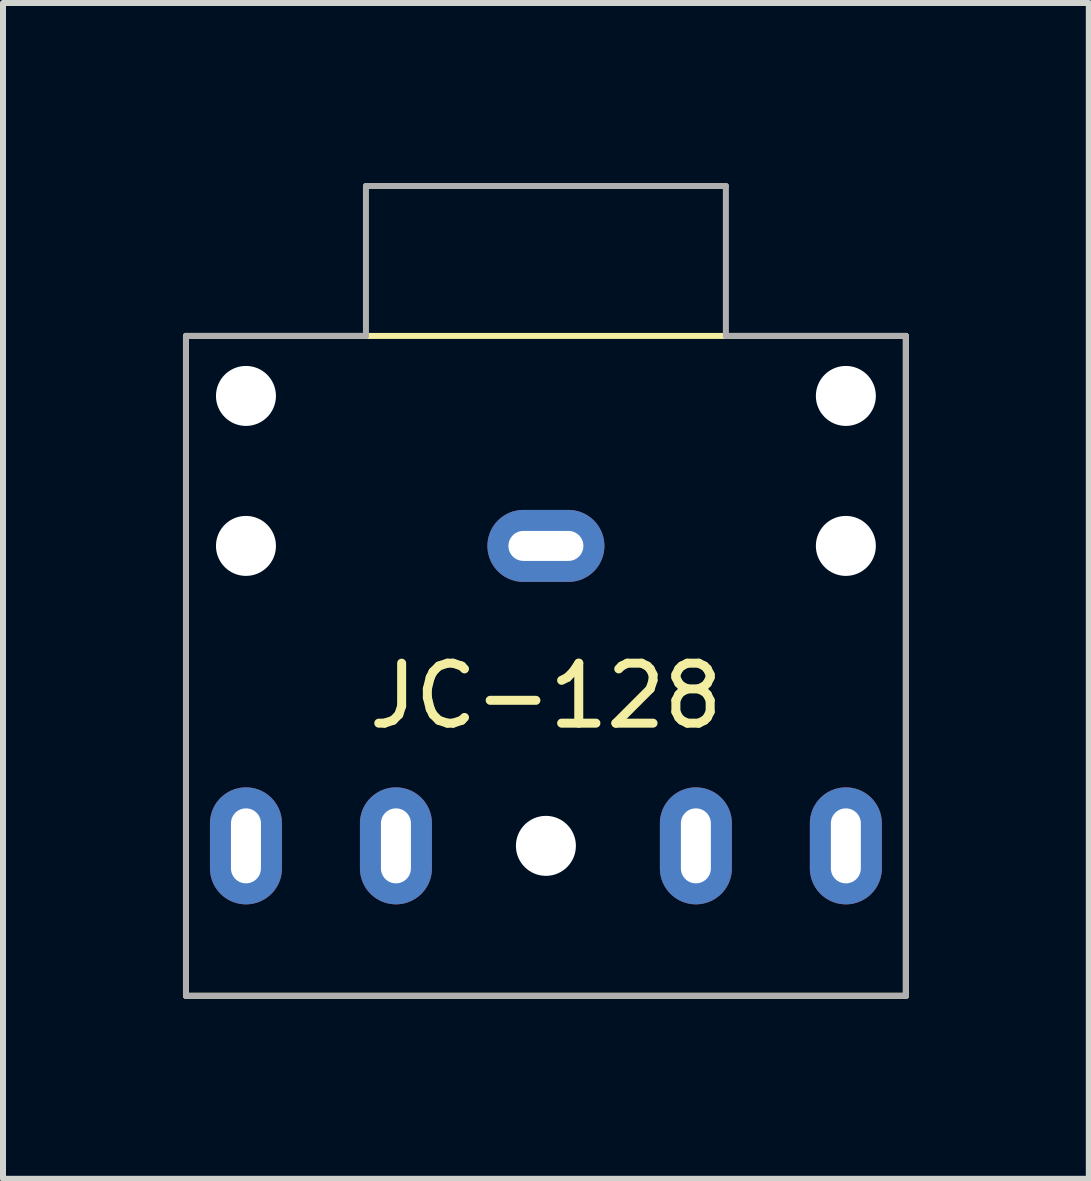
<source format=kicad_pcb>
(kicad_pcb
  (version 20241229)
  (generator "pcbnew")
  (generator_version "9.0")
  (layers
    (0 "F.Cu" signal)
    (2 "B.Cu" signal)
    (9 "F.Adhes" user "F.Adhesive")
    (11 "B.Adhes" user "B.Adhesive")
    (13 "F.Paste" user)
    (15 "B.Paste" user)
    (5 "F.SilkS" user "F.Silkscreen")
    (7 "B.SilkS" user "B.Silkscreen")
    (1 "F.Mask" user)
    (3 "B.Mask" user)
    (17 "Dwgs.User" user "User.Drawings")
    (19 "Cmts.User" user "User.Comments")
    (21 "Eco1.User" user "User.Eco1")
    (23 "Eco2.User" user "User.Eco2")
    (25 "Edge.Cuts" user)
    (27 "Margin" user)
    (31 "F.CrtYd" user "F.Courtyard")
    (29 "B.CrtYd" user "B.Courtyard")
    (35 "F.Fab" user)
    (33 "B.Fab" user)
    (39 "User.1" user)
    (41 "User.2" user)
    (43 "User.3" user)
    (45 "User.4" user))
  (footprint "JC-128"
    (layer "F.Cu")
    (at 6.05 6.05)
    (property "Reference" "JC-128" (at 0 2.5 0) (layer "F.SilkS") (effects (font (size 1 1) (thickness 0.15))))
    (attr through_hole)
    (fp_line (start -6 -3.5) (end -6 7.5) (stroke (width 0.1) (type solid)) (layer "F.SilkS"))
    (fp_line (start -6 7.5) (end 6 7.5) (stroke (width 0.1) (type solid)) (layer "F.SilkS"))
    (fp_line (start 6 -3.5) (end -6 -3.5) (stroke (width 0.1) (type solid)) (layer "F.SilkS"))
    (fp_line (start 6 7.5) (end 6 -3.5) (stroke (width 0.1) (type solid)) (layer "F.SilkS"))
    (fp_line (start -6 -3.5) (end -6 7.5) (stroke (width 0.1) (type solid)) (layer "F.Fab"))
    (fp_line (start -3 -6) (end -3 -3.5) (stroke (width 0.1) (type solid)) (layer "F.Fab"))
    (fp_line (start -3 -3.5) (end -6 -3.5) (stroke (width 0.1) (type solid)) (layer "F.Fab"))
    (fp_line (start 3 -6) (end -3 -6) (stroke (width 0.1) (type solid)) (layer "F.Fab"))
    (fp_line (start 3 -6) (end 3 -3.5) (stroke (width 0.1) (type solid)) (layer "F.Fab"))
    (fp_line (start 3 -3.5) (end 6 -3.5) (stroke (width 0.1) (type solid)) (layer "F.Fab"))
    (fp_line (start 6 -3.5) (end 6 7.5) (stroke (width 0.1) (type solid)) (layer "F.Fab"))
    (fp_line (start 6 7.5) (end -6 7.5) (stroke (width 0.1) (type solid)) (layer "F.Fab"))
    (pad "" np_thru_hole circle (at -5 -2.5) (size 1 1) (drill 1) (layers "*.Cu"))
    (pad "" np_thru_hole circle (at -5 0) (size 1 1) (drill 1) (layers "*.Cu"))
    (pad "" np_thru_hole circle (at 0 5) (size 1 1) (drill 1) (layers "*.Cu"))
    (pad "" np_thru_hole circle (at 5 -2.5) (size 1 1) (drill 1) (layers "*.Cu"))
    (pad "" np_thru_hole circle (at 5 0) (size 1 1) (drill 1) (layers "*.Cu"))
    (pad "1" thru_hole oval (at 0 0) (size 1.95 1.2) (drill oval 1.25 0.5) (layers "*.Cu" "*.Mask"))
    (pad "2" thru_hole oval (at -5 5) (size 1.2 1.95) (drill oval 0.5 1.25) (layers "*.Cu" "*.Mask"))
    (pad "3" thru_hole oval (at -2.5 5) (size 1.2 1.95) (drill oval 0.5 1.25) (layers "*.Cu" "*.Mask"))
    (pad "4" thru_hole oval (at 2.5 5) (size 1.2 1.95) (drill oval 0.5 1.25) (layers "*.Cu" "*.Mask"))
    (pad "5" thru_hole oval (at 5 5) (size 1.2 1.95) (drill oval 0.5 1.25) (layers "*.Cu" "*.Mask")))
  (gr_rect
    (start -3 -3)
    (end 15.1 16.6)
    (stroke (width 0.1) (type default))
    (fill no)
    (layer "Edge.Cuts")))
</source>
